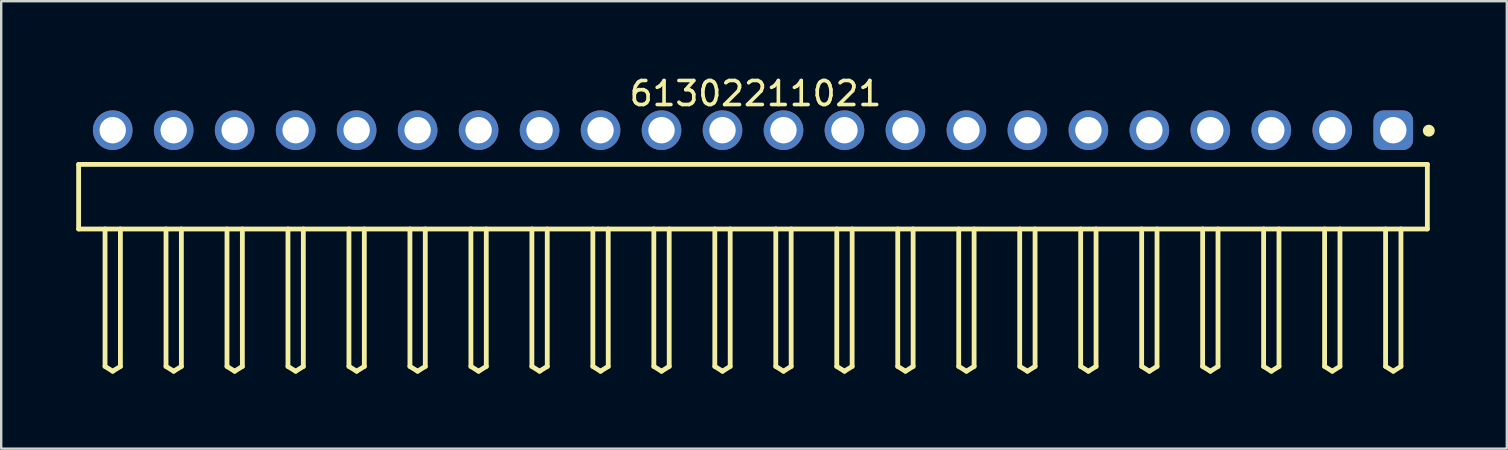
<source format=kicad_pcb>
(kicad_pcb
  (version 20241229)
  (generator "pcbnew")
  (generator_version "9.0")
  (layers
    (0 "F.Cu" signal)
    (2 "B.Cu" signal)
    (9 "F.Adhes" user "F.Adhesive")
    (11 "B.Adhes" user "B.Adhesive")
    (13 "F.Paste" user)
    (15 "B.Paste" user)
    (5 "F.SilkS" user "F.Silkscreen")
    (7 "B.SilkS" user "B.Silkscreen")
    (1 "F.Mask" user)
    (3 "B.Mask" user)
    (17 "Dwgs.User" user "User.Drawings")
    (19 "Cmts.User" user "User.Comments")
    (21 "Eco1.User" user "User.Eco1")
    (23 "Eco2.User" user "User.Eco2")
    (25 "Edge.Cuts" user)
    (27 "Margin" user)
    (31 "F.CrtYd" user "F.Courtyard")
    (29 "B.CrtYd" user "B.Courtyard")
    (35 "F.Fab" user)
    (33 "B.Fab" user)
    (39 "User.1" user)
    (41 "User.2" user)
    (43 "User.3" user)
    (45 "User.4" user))
  (footprint "61302211021"
    (layer "F.Cu")
    (at 28.315 5.143)
    (property "Reference" "61302211021" (at 0.105 -4.295 0) (layer "F.SilkS") (effects (font (size 1 1) (thickness 0.15))))
    (fp_line (start -28.09 -1.345) (end 28.09 -1.345) (stroke (width 0.2) (type solid)) (layer "F.SilkS"))
    (fp_line (start -28.09 1.345) (end -28.09 -1.345) (stroke (width 0.2) (type solid)) (layer "F.SilkS"))
    (fp_line (start -28.09 1.345) (end 28.09 1.345) (stroke (width 0.2) (type solid)) (layer "F.SilkS"))
    (fp_line (start -26.99 7.07) (end -26.99 1.345) (stroke (width 0.2) (type solid)) (layer "F.SilkS"))
    (fp_line (start -26.99 7.07) (end -26.67 7.27) (stroke (width 0.2) (type solid)) (layer "F.SilkS"))
    (fp_line (start -26.67 7.27) (end -26.35 7.07) (stroke (width 0.2) (type solid)) (layer "F.SilkS"))
    (fp_line (start -26.35 7.07) (end -26.35 1.345) (stroke (width 0.2) (type solid)) (layer "F.SilkS"))
    (fp_line (start -24.45 7.07) (end -24.45 1.345) (stroke (width 0.2) (type solid)) (layer "F.SilkS"))
    (fp_line (start -24.45 7.07) (end -24.13 7.27) (stroke (width 0.2) (type solid)) (layer "F.SilkS"))
    (fp_line (start -24.13 7.27) (end -23.81 7.07) (stroke (width 0.2) (type solid)) (layer "F.SilkS"))
    (fp_line (start -23.81 7.07) (end -23.81 1.345) (stroke (width 0.2) (type solid)) (layer "F.SilkS"))
    (fp_line (start -21.91 7.07) (end -21.91 1.345) (stroke (width 0.2) (type solid)) (layer "F.SilkS"))
    (fp_line (start -21.91 7.07) (end -21.59 7.27) (stroke (width 0.2) (type solid)) (layer "F.SilkS"))
    (fp_line (start -21.59 7.27) (end -21.27 7.07) (stroke (width 0.2) (type solid)) (layer "F.SilkS"))
    (fp_line (start -21.27 7.07) (end -21.27 1.345) (stroke (width 0.2) (type solid)) (layer "F.SilkS"))
    (fp_line (start -19.37 7.07) (end -19.37 1.345) (stroke (width 0.2) (type solid)) (layer "F.SilkS"))
    (fp_line (start -19.37 7.07) (end -19.05 7.27) (stroke (width 0.2) (type solid)) (layer "F.SilkS"))
    (fp_line (start -19.05 7.27) (end -18.73 7.07) (stroke (width 0.2) (type solid)) (layer "F.SilkS"))
    (fp_line (start -18.73 7.07) (end -18.73 1.345) (stroke (width 0.2) (type solid)) (layer "F.SilkS"))
    (fp_line (start -16.83 7.07) (end -16.83 1.345) (stroke (width 0.2) (type solid)) (layer "F.SilkS"))
    (fp_line (start -16.83 7.07) (end -16.51 7.27) (stroke (width 0.2) (type solid)) (layer "F.SilkS"))
    (fp_line (start -16.51 7.27) (end -16.19 7.07) (stroke (width 0.2) (type solid)) (layer "F.SilkS"))
    (fp_line (start -16.19 7.07) (end -16.19 1.345) (stroke (width 0.2) (type solid)) (layer "F.SilkS"))
    (fp_line (start -14.29 7.07) (end -14.29 1.345) (stroke (width 0.2) (type solid)) (layer "F.SilkS"))
    (fp_line (start -14.29 7.07) (end -13.97 7.27) (stroke (width 0.2) (type solid)) (layer "F.SilkS"))
    (fp_line (start -13.97 7.27) (end -13.65 7.07) (stroke (width 0.2) (type solid)) (layer "F.SilkS"))
    (fp_line (start -13.65 7.07) (end -13.65 1.345) (stroke (width 0.2) (type solid)) (layer "F.SilkS"))
    (fp_line (start -11.75 7.07) (end -11.75 1.345) (stroke (width 0.2) (type solid)) (layer "F.SilkS"))
    (fp_line (start -11.75 7.07) (end -11.43 7.27) (stroke (width 0.2) (type solid)) (layer "F.SilkS"))
    (fp_line (start -11.43 7.27) (end -11.11 7.07) (stroke (width 0.2) (type solid)) (layer "F.SilkS"))
    (fp_line (start -11.11 7.07) (end -11.11 1.345) (stroke (width 0.2) (type solid)) (layer "F.SilkS"))
    (fp_line (start -9.21 7.07) (end -9.21 1.345) (stroke (width 0.2) (type solid)) (layer "F.SilkS"))
    (fp_line (start -9.21 7.07) (end -8.89 7.27) (stroke (width 0.2) (type solid)) (layer "F.SilkS"))
    (fp_line (start -8.89 7.27) (end -8.57 7.07) (stroke (width 0.2) (type solid)) (layer "F.SilkS"))
    (fp_line (start -8.57 7.07) (end -8.57 1.345) (stroke (width 0.2) (type solid)) (layer "F.SilkS"))
    (fp_line (start -6.67 7.07) (end -6.67 1.345) (stroke (width 0.2) (type solid)) (layer "F.SilkS"))
    (fp_line (start -6.67 7.07) (end -6.35 7.27) (stroke (width 0.2) (type solid)) (layer "F.SilkS"))
    (fp_line (start -6.35 7.27) (end -6.03 7.07) (stroke (width 0.2) (type solid)) (layer "F.SilkS"))
    (fp_line (start -6.03 7.07) (end -6.03 1.345) (stroke (width 0.2) (type solid)) (layer "F.SilkS"))
    (fp_line (start -4.13 7.07) (end -4.13 1.345) (stroke (width 0.2) (type solid)) (layer "F.SilkS"))
    (fp_line (start -4.13 7.07) (end -3.81 7.27) (stroke (width 0.2) (type solid)) (layer "F.SilkS"))
    (fp_line (start -3.81 7.27) (end -3.49 7.07) (stroke (width 0.2) (type solid)) (layer "F.SilkS"))
    (fp_line (start -3.49 7.07) (end -3.49 1.345) (stroke (width 0.2) (type solid)) (layer "F.SilkS"))
    (fp_line (start -1.59 7.07) (end -1.59 1.345) (stroke (width 0.2) (type solid)) (layer "F.SilkS"))
    (fp_line (start -1.59 7.07) (end -1.27 7.27) (stroke (width 0.2) (type solid)) (layer "F.SilkS"))
    (fp_line (start -1.27 7.27) (end -0.95 7.07) (stroke (width 0.2) (type solid)) (layer "F.SilkS"))
    (fp_line (start -0.95 7.07) (end -0.95 1.345) (stroke (width 0.2) (type solid)) (layer "F.SilkS"))
    (fp_line (start 0.95 7.07) (end 0.95 1.345) (stroke (width 0.2) (type solid)) (layer "F.SilkS"))
    (fp_line (start 0.95 7.07) (end 1.27 7.27) (stroke (width 0.2) (type solid)) (layer "F.SilkS"))
    (fp_line (start 1.27 7.27) (end 1.59 7.07) (stroke (width 0.2) (type solid)) (layer "F.SilkS"))
    (fp_line (start 1.59 7.07) (end 1.59 1.345) (stroke (width 0.2) (type solid)) (layer "F.SilkS"))
    (fp_line (start 3.49 7.07) (end 3.49 1.345) (stroke (width 0.2) (type solid)) (layer "F.SilkS"))
    (fp_line (start 3.49 7.07) (end 3.81 7.27) (stroke (width 0.2) (type solid)) (layer "F.SilkS"))
    (fp_line (start 3.81 7.27) (end 4.13 7.07) (stroke (width 0.2) (type solid)) (layer "F.SilkS"))
    (fp_line (start 4.13 7.07) (end 4.13 1.345) (stroke (width 0.2) (type solid)) (layer "F.SilkS"))
    (fp_line (start 6.03 7.07) (end 6.03 1.345) (stroke (width 0.2) (type solid)) (layer "F.SilkS"))
    (fp_line (start 6.03 7.07) (end 6.35 7.27) (stroke (width 0.2) (type solid)) (layer "F.SilkS"))
    (fp_line (start 6.35 7.27) (end 6.67 7.07) (stroke (width 0.2) (type solid)) (layer "F.SilkS"))
    (fp_line (start 6.67 7.07) (end 6.67 1.345) (stroke (width 0.2) (type solid)) (layer "F.SilkS"))
    (fp_line (start 8.57 7.07) (end 8.57 1.345) (stroke (width 0.2) (type solid)) (layer "F.SilkS"))
    (fp_line (start 8.57 7.07) (end 8.89 7.27) (stroke (width 0.2) (type solid)) (layer "F.SilkS"))
    (fp_line (start 8.89 7.27) (end 9.21 7.07) (stroke (width 0.2) (type solid)) (layer "F.SilkS"))
    (fp_line (start 9.21 7.07) (end 9.21 1.345) (stroke (width 0.2) (type solid)) (layer "F.SilkS"))
    (fp_line (start 11.11 7.07) (end 11.11 1.345) (stroke (width 0.2) (type solid)) (layer "F.SilkS"))
    (fp_line (start 11.11 7.07) (end 11.43 7.27) (stroke (width 0.2) (type solid)) (layer "F.SilkS"))
    (fp_line (start 11.43 7.27) (end 11.75 7.07) (stroke (width 0.2) (type solid)) (layer "F.SilkS"))
    (fp_line (start 11.75 7.07) (end 11.75 1.345) (stroke (width 0.2) (type solid)) (layer "F.SilkS"))
    (fp_line (start 13.65 7.07) (end 13.65 1.345) (stroke (width 0.2) (type solid)) (layer "F.SilkS"))
    (fp_line (start 13.65 7.07) (end 13.97 7.27) (stroke (width 0.2) (type solid)) (layer "F.SilkS"))
    (fp_line (start 13.97 7.27) (end 14.29 7.07) (stroke (width 0.2) (type solid)) (layer "F.SilkS"))
    (fp_line (start 14.29 7.07) (end 14.29 1.345) (stroke (width 0.2) (type solid)) (layer "F.SilkS"))
    (fp_line (start 16.19 7.07) (end 16.19 1.345) (stroke (width 0.2) (type solid)) (layer "F.SilkS"))
    (fp_line (start 16.19 7.07) (end 16.51 7.27) (stroke (width 0.2) (type solid)) (layer "F.SilkS"))
    (fp_line (start 16.51 7.27) (end 16.83 7.07) (stroke (width 0.2) (type solid)) (layer "F.SilkS"))
    (fp_line (start 16.83 7.07) (end 16.83 1.345) (stroke (width 0.2) (type solid)) (layer "F.SilkS"))
    (fp_line (start 18.73 7.07) (end 18.73 1.345) (stroke (width 0.2) (type solid)) (layer "F.SilkS"))
    (fp_line (start 18.73 7.07) (end 19.05 7.27) (stroke (width 0.2) (type solid)) (layer "F.SilkS"))
    (fp_line (start 19.05 7.27) (end 19.37 7.07) (stroke (width 0.2) (type solid)) (layer "F.SilkS"))
    (fp_line (start 19.37 7.07) (end 19.37 1.345) (stroke (width 0.2) (type solid)) (layer "F.SilkS"))
    (fp_line (start 21.27 7.07) (end 21.27 1.345) (stroke (width 0.2) (type solid)) (layer "F.SilkS"))
    (fp_line (start 21.27 7.07) (end 21.59 7.27) (stroke (width 0.2) (type solid)) (layer "F.SilkS"))
    (fp_line (start 21.59 7.27) (end 21.91 7.07) (stroke (width 0.2) (type solid)) (layer "F.SilkS"))
    (fp_line (start 21.91 7.07) (end 21.91 1.345) (stroke (width 0.2) (type solid)) (layer "F.SilkS"))
    (fp_line (start 23.81 7.07) (end 23.81 1.345) (stroke (width 0.2) (type solid)) (layer "F.SilkS"))
    (fp_line (start 23.81 7.07) (end 24.13 7.27) (stroke (width 0.2) (type solid)) (layer "F.SilkS"))
    (fp_line (start 24.13 7.27) (end 24.45 7.07) (stroke (width 0.2) (type solid)) (layer "F.SilkS"))
    (fp_line (start 24.45 7.07) (end 24.45 1.345) (stroke (width 0.2) (type solid)) (layer "F.SilkS"))
    (fp_line (start 26.35 7.07) (end 26.35 1.345) (stroke (width 0.2) (type solid)) (layer "F.SilkS"))
    (fp_line (start 26.35 7.07) (end 26.67 7.27) (stroke (width 0.2) (type solid)) (layer "F.SilkS"))
    (fp_line (start 26.67 7.27) (end 26.99 7.07) (stroke (width 0.2) (type solid)) (layer "F.SilkS"))
    (fp_line (start 26.99 7.07) (end 26.99 1.345) (stroke (width 0.2) (type solid)) (layer "F.SilkS"))
    (fp_line (start 28.09 1.345) (end 28.09 -1.345) (stroke (width 0.2) (type solid)) (layer "F.SilkS"))
    (fp_circle (center 28.15 -2.75) (end 28.15 -2.875) (stroke (width 0.25) (type solid)) (fill no) (layer "F.SilkS"))
    (fp_line (start -28.29 -3.795) (end 28.29 -3.795) (stroke (width 0.05) (type solid)) (layer "Eco2.User"))
    (fp_line (start -28.29 7.47) (end -28.29 -3.795) (stroke (width 0.05) (type solid)) (layer "Eco2.User"))
    (fp_line (start -28.29 7.47) (end 28.29 7.47) (stroke (width 0.05) (type solid)) (layer "Eco2.User"))
    (fp_line (start -27.94 -1.27) (end 27.94 -1.27) (stroke (width 0.1) (type solid)) (layer "Eco2.User"))
    (fp_line (start -27.94 1.27) (end -27.94 -1.27) (stroke (width 0.1) (type solid)) (layer "Eco2.User"))
    (fp_line (start -27.94 1.27) (end 27.94 1.27) (stroke (width 0.1) (type solid)) (layer "Eco2.User"))
    (fp_line (start -26.99 -3.09) (end -26.35 -3.09) (stroke (width 0.1) (type solid)) (layer "Eco2.User"))
    (fp_line (start -26.99 -1.27) (end -26.99 -3.09) (stroke (width 0.1) (type solid)) (layer "Eco2.User"))
    (fp_line (start -26.99 7.07) (end -26.99 1.27) (stroke (width 0.1) (type solid)) (layer "Eco2.User"))
    (fp_line (start -26.99 7.07) (end -26.67 7.27) (stroke (width 0.1) (type solid)) (layer "Eco2.User"))
    (fp_line (start -26.67 7.27) (end -26.35 7.07) (stroke (width 0.1) (type solid)) (layer "Eco2.User"))
    (fp_line (start -26.35 -1.27) (end -26.35 -3.09) (stroke (width 0.1) (type solid)) (layer "Eco2.User"))
    (fp_line (start -26.35 7.07) (end -26.35 1.27) (stroke (width 0.1) (type solid)) (layer "Eco2.User"))
    (fp_line (start -24.45 -3.09) (end -23.81 -3.09) (stroke (width 0.1) (type solid)) (layer "Eco2.User"))
    (fp_line (start -24.45 -1.27) (end -24.45 -3.09) (stroke (width 0.1) (type solid)) (layer "Eco2.User"))
    (fp_line (start -24.45 7.07) (end -24.45 1.27) (stroke (width 0.1) (type solid)) (layer "Eco2.User"))
    (fp_line (start -24.45 7.07) (end -24.13 7.27) (stroke (width 0.1) (type solid)) (layer "Eco2.User"))
    (fp_line (start -24.13 7.27) (end -23.81 7.07) (stroke (width 0.1) (type solid)) (layer "Eco2.User"))
    (fp_line (start -23.81 -1.27) (end -23.81 -3.09) (stroke (width 0.1) (type solid)) (layer "Eco2.User"))
    (fp_line (start -23.81 7.07) (end -23.81 1.27) (stroke (width 0.1) (type solid)) (layer "Eco2.User"))
    (fp_line (start -21.91 -3.09) (end -21.27 -3.09) (stroke (width 0.1) (type solid)) (layer "Eco2.User"))
    (fp_line (start -21.91 -1.27) (end -21.91 -3.09) (stroke (width 0.1) (type solid)) (layer "Eco2.User"))
    (fp_line (start -21.91 7.07) (end -21.91 1.27) (stroke (width 0.1) (type solid)) (layer "Eco2.User"))
    (fp_line (start -21.91 7.07) (end -21.59 7.27) (stroke (width 0.1) (type solid)) (layer "Eco2.User"))
    (fp_line (start -21.59 7.27) (end -21.27 7.07) (stroke (width 0.1) (type solid)) (layer "Eco2.User"))
    (fp_line (start -21.27 -1.27) (end -21.27 -3.09) (stroke (width 0.1) (type solid)) (layer "Eco2.User"))
    (fp_line (start -21.27 7.07) (end -21.27 1.27) (stroke (width 0.1) (type solid)) (layer "Eco2.User"))
    (fp_line (start -19.37 -3.09) (end -18.73 -3.09) (stroke (width 0.1) (type solid)) (layer "Eco2.User"))
    (fp_line (start -19.37 -1.27) (end -19.37 -3.09) (stroke (width 0.1) (type solid)) (layer "Eco2.User"))
    (fp_line (start -19.37 7.07) (end -19.37 1.27) (stroke (width 0.1) (type solid)) (layer "Eco2.User"))
    (fp_line (start -19.37 7.07) (end -19.05 7.27) (stroke (width 0.1) (type solid)) (layer "Eco2.User"))
    (fp_line (start -19.05 7.27) (end -18.73 7.07) (stroke (width 0.1) (type solid)) (layer "Eco2.User"))
    (fp_line (start -18.73 -1.27) (end -18.73 -3.09) (stroke (width 0.1) (type solid)) (layer "Eco2.User"))
    (fp_line (start -18.73 7.07) (end -18.73 1.27) (stroke (width 0.1) (type solid)) (layer "Eco2.User"))
    (fp_line (start -16.83 -3.09) (end -16.19 -3.09) (stroke (width 0.1) (type solid)) (layer "Eco2.User"))
    (fp_line (start -16.83 -1.27) (end -16.83 -3.09) (stroke (width 0.1) (type solid)) (layer "Eco2.User"))
    (fp_line (start -16.83 7.07) (end -16.83 1.27) (stroke (width 0.1) (type solid)) (layer "Eco2.User"))
    (fp_line (start -16.83 7.07) (end -16.51 7.27) (stroke (width 0.1) (type solid)) (layer "Eco2.User"))
    (fp_line (start -16.51 7.27) (end -16.19 7.07) (stroke (width 0.1) (type solid)) (layer "Eco2.User"))
    (fp_line (start -16.19 -1.27) (end -16.19 -3.09) (stroke (width 0.1) (type solid)) (layer "Eco2.User"))
    (fp_line (start -16.19 7.07) (end -16.19 1.27) (stroke (width 0.1) (type solid)) (layer "Eco2.User"))
    (fp_line (start -14.29 -3.09) (end -13.65 -3.09) (stroke (width 0.1) (type solid)) (layer "Eco2.User"))
    (fp_line (start -14.29 -1.27) (end -14.29 -3.09) (stroke (width 0.1) (type solid)) (layer "Eco2.User"))
    (fp_line (start -14.29 7.07) (end -14.29 1.27) (stroke (width 0.1) (type solid)) (layer "Eco2.User"))
    (fp_line (start -14.29 7.07) (end -13.97 7.27) (stroke (width 0.1) (type solid)) (layer "Eco2.User"))
    (fp_line (start -13.97 7.27) (end -13.65 7.07) (stroke (width 0.1) (type solid)) (layer "Eco2.User"))
    (fp_line (start -13.65 -1.27) (end -13.65 -3.09) (stroke (width 0.1) (type solid)) (layer "Eco2.User"))
    (fp_line (start -13.65 7.07) (end -13.65 1.27) (stroke (width 0.1) (type solid)) (layer "Eco2.User"))
    (fp_line (start -11.75 -3.09) (end -11.11 -3.09) (stroke (width 0.1) (type solid)) (layer "Eco2.User"))
    (fp_line (start -11.75 -1.27) (end -11.75 -3.09) (stroke (width 0.1) (type solid)) (layer "Eco2.User"))
    (fp_line (start -11.75 7.07) (end -11.75 1.27) (stroke (width 0.1) (type solid)) (layer "Eco2.User"))
    (fp_line (start -11.75 7.07) (end -11.43 7.27) (stroke (width 0.1) (type solid)) (layer "Eco2.User"))
    (fp_line (start -11.43 7.27) (end -11.11 7.07) (stroke (width 0.1) (type solid)) (layer "Eco2.User"))
    (fp_line (start -11.11 -1.27) (end -11.11 -3.09) (stroke (width 0.1) (type solid)) (layer "Eco2.User"))
    (fp_line (start -11.11 7.07) (end -11.11 1.27) (stroke (width 0.1) (type solid)) (layer "Eco2.User"))
    (fp_line (start -9.21 -3.09) (end -8.57 -3.09) (stroke (width 0.1) (type solid)) (layer "Eco2.User"))
    (fp_line (start -9.21 -1.27) (end -9.21 -3.09) (stroke (width 0.1) (type solid)) (layer "Eco2.User"))
    (fp_line (start -9.21 7.07) (end -9.21 1.27) (stroke (width 0.1) (type solid)) (layer "Eco2.User"))
    (fp_line (start -9.21 7.07) (end -8.89 7.27) (stroke (width 0.1) (type solid)) (layer "Eco2.User"))
    (fp_line (start -8.89 7.27) (end -8.57 7.07) (stroke (width 0.1) (type solid)) (layer "Eco2.User"))
    (fp_line (start -8.57 -1.27) (end -8.57 -3.09) (stroke (width 0.1) (type solid)) (layer "Eco2.User"))
    (fp_line (start -8.57 7.07) (end -8.57 1.27) (stroke (width 0.1) (type solid)) (layer "Eco2.User"))
    (fp_line (start -6.67 -3.09) (end -6.03 -3.09) (stroke (width 0.1) (type solid)) (layer "Eco2.User"))
    (fp_line (start -6.67 -1.27) (end -6.67 -3.09) (stroke (width 0.1) (type solid)) (layer "Eco2.User"))
    (fp_line (start -6.67 7.07) (end -6.67 1.27) (stroke (width 0.1) (type solid)) (layer "Eco2.User"))
    (fp_line (start -6.67 7.07) (end -6.35 7.27) (stroke (width 0.1) (type solid)) (layer "Eco2.User"))
    (fp_line (start -6.35 7.27) (end -6.03 7.07) (stroke (width 0.1) (type solid)) (layer "Eco2.User"))
    (fp_line (start -6.03 -1.27) (end -6.03 -3.09) (stroke (width 0.1) (type solid)) (layer "Eco2.User"))
    (fp_line (start -6.03 7.07) (end -6.03 1.27) (stroke (width 0.1) (type solid)) (layer "Eco2.User"))
    (fp_line (start -4.13 -3.09) (end -3.49 -3.09) (stroke (width 0.1) (type solid)) (layer "Eco2.User"))
    (fp_line (start -4.13 -1.27) (end -4.13 -3.09) (stroke (width 0.1) (type solid)) (layer "Eco2.User"))
    (fp_line (start -4.13 7.07) (end -4.13 1.27) (stroke (width 0.1) (type solid)) (layer "Eco2.User"))
    (fp_line (start -4.13 7.07) (end -3.81 7.27) (stroke (width 0.1) (type solid)) (layer "Eco2.User"))
    (fp_line (start -3.81 7.27) (end -3.49 7.07) (stroke (width 0.1) (type solid)) (layer "Eco2.User"))
    (fp_line (start -3.49 -1.27) (end -3.49 -3.09) (stroke (width 0.1) (type solid)) (layer "Eco2.User"))
    (fp_line (start -3.49 7.07) (end -3.49 1.27) (stroke (width 0.1) (type solid)) (layer "Eco2.User"))
    (fp_line (start -1.59 -3.09) (end -0.95 -3.09) (stroke (width 0.1) (type solid)) (layer "Eco2.User"))
    (fp_line (start -1.59 -1.27) (end -1.59 -3.09) (stroke (width 0.1) (type solid)) (layer "Eco2.User"))
    (fp_line (start -1.59 7.07) (end -1.59 1.27) (stroke (width 0.1) (type solid)) (layer "Eco2.User"))
    (fp_line (start -1.59 7.07) (end -1.27 7.27) (stroke (width 0.1) (type solid)) (layer "Eco2.User"))
    (fp_line (start -1.27 7.27) (end -0.95 7.07) (stroke (width 0.1) (type solid)) (layer "Eco2.User"))
    (fp_line (start -0.95 -1.27) (end -0.95 -3.09) (stroke (width 0.1) (type solid)) (layer "Eco2.User"))
    (fp_line (start -0.95 7.07) (end -0.95 1.27) (stroke (width 0.1) (type solid)) (layer "Eco2.User"))
    (fp_line (start -0.5 0) (end 0.5 0) (stroke (width 0.05) (type solid)) (layer "Eco2.User"))
    (fp_line (start 0 0.5) (end 0 -0.5) (stroke (width 0.05) (type solid)) (layer "Eco2.User"))
    (fp_line (start 0.95 -3.09) (end 1.59 -3.09) (stroke (width 0.1) (type solid)) (layer "Eco2.User"))
    (fp_line (start 0.95 -1.27) (end 0.95 -3.09) (stroke (width 0.1) (type solid)) (layer "Eco2.User"))
    (fp_line (start 0.95 7.07) (end 0.95 1.27) (stroke (width 0.1) (type solid)) (layer "Eco2.User"))
    (fp_line (start 0.95 7.07) (end 1.27 7.27) (stroke (width 0.1) (type solid)) (layer "Eco2.User"))
    (fp_line (start 1.27 7.27) (end 1.59 7.07) (stroke (width 0.1) (type solid)) (layer "Eco2.User"))
    (fp_line (start 1.59 -1.27) (end 1.59 -3.09) (stroke (width 0.1) (type solid)) (layer "Eco2.User"))
    (fp_line (start 1.59 7.07) (end 1.59 1.27) (stroke (width 0.1) (type solid)) (layer "Eco2.User"))
    (fp_line (start 3.49 -3.09) (end 4.13 -3.09) (stroke (width 0.1) (type solid)) (layer "Eco2.User"))
    (fp_line (start 3.49 -1.27) (end 3.49 -3.09) (stroke (width 0.1) (type solid)) (layer "Eco2.User"))
    (fp_line (start 3.49 7.07) (end 3.49 1.27) (stroke (width 0.1) (type solid)) (layer "Eco2.User"))
    (fp_line (start 3.49 7.07) (end 3.81 7.27) (stroke (width 0.1) (type solid)) (layer "Eco2.User"))
    (fp_line (start 3.81 7.27) (end 4.13 7.07) (stroke (width 0.1) (type solid)) (layer "Eco2.User"))
    (fp_line (start 4.13 -1.27) (end 4.13 -3.09) (stroke (width 0.1) (type solid)) (layer "Eco2.User"))
    (fp_line (start 4.13 7.07) (end 4.13 1.27) (stroke (width 0.1) (type solid)) (layer "Eco2.User"))
    (fp_line (start 6.03 -3.09) (end 6.67 -3.09) (stroke (width 0.1) (type solid)) (layer "Eco2.User"))
    (fp_line (start 6.03 -1.27) (end 6.03 -3.09) (stroke (width 0.1) (type solid)) (layer "Eco2.User"))
    (fp_line (start 6.03 7.07) (end 6.03 1.27) (stroke (width 0.1) (type solid)) (layer "Eco2.User"))
    (fp_line (start 6.03 7.07) (end 6.35 7.27) (stroke (width 0.1) (type solid)) (layer "Eco2.User"))
    (fp_line (start 6.35 7.27) (end 6.67 7.07) (stroke (width 0.1) (type solid)) (layer "Eco2.User"))
    (fp_line (start 6.67 -1.27) (end 6.67 -3.09) (stroke (width 0.1) (type solid)) (layer "Eco2.User"))
    (fp_line (start 6.67 7.07) (end 6.67 1.27) (stroke (width 0.1) (type solid)) (layer "Eco2.User"))
    (fp_line (start 8.57 -3.09) (end 9.21 -3.09) (stroke (width 0.1) (type solid)) (layer "Eco2.User"))
    (fp_line (start 8.57 -1.27) (end 8.57 -3.09) (stroke (width 0.1) (type solid)) (layer "Eco2.User"))
    (fp_line (start 8.57 7.07) (end 8.57 1.27) (stroke (width 0.1) (type solid)) (layer "Eco2.User"))
    (fp_line (start 8.57 7.07) (end 8.89 7.27) (stroke (width 0.1) (type solid)) (layer "Eco2.User"))
    (fp_line (start 8.89 7.27) (end 9.21 7.07) (stroke (width 0.1) (type solid)) (layer "Eco2.User"))
    (fp_line (start 9.21 -1.27) (end 9.21 -3.09) (stroke (width 0.1) (type solid)) (layer "Eco2.User"))
    (fp_line (start 9.21 7.07) (end 9.21 1.27) (stroke (width 0.1) (type solid)) (layer "Eco2.User"))
    (fp_line (start 11.11 -3.09) (end 11.75 -3.09) (stroke (width 0.1) (type solid)) (layer "Eco2.User"))
    (fp_line (start 11.11 -1.27) (end 11.11 -3.09) (stroke (width 0.1) (type solid)) (layer "Eco2.User"))
    (fp_line (start 11.11 7.07) (end 11.11 1.27) (stroke (width 0.1) (type solid)) (layer "Eco2.User"))
    (fp_line (start 11.11 7.07) (end 11.43 7.27) (stroke (width 0.1) (type solid)) (layer "Eco2.User"))
    (fp_line (start 11.43 7.27) (end 11.75 7.07) (stroke (width 0.1) (type solid)) (layer "Eco2.User"))
    (fp_line (start 11.75 -1.27) (end 11.75 -3.09) (stroke (width 0.1) (type solid)) (layer "Eco2.User"))
    (fp_line (start 11.75 7.07) (end 11.75 1.27) (stroke (width 0.1) (type solid)) (layer "Eco2.User"))
    (fp_line (start 13.65 -3.09) (end 14.29 -3.09) (stroke (width 0.1) (type solid)) (layer "Eco2.User"))
    (fp_line (start 13.65 -1.27) (end 13.65 -3.09) (stroke (width 0.1) (type solid)) (layer "Eco2.User"))
    (fp_line (start 13.65 7.07) (end 13.65 1.27) (stroke (width 0.1) (type solid)) (layer "Eco2.User"))
    (fp_line (start 13.65 7.07) (end 13.97 7.27) (stroke (width 0.1) (type solid)) (layer "Eco2.User"))
    (fp_line (start 13.97 7.27) (end 14.29 7.07) (stroke (width 0.1) (type solid)) (layer "Eco2.User"))
    (fp_line (start 14.29 -1.27) (end 14.29 -3.09) (stroke (width 0.1) (type solid)) (layer "Eco2.User"))
    (fp_line (start 14.29 7.07) (end 14.29 1.27) (stroke (width 0.1) (type solid)) (layer "Eco2.User"))
    (fp_line (start 16.19 -3.09) (end 16.83 -3.09) (stroke (width 0.1) (type solid)) (layer "Eco2.User"))
    (fp_line (start 16.19 -1.27) (end 16.19 -3.09) (stroke (width 0.1) (type solid)) (layer "Eco2.User"))
    (fp_line (start 16.19 7.07) (end 16.19 1.27) (stroke (width 0.1) (type solid)) (layer "Eco2.User"))
    (fp_line (start 16.19 7.07) (end 16.51 7.27) (stroke (width 0.1) (type solid)) (layer "Eco2.User"))
    (fp_line (start 16.51 7.27) (end 16.83 7.07) (stroke (width 0.1) (type solid)) (layer "Eco2.User"))
    (fp_line (start 16.83 -1.27) (end 16.83 -3.09) (stroke (width 0.1) (type solid)) (layer "Eco2.User"))
    (fp_line (start 16.83 7.07) (end 16.83 1.27) (stroke (width 0.1) (type solid)) (layer "Eco2.User"))
    (fp_line (start 18.73 -3.09) (end 19.37 -3.09) (stroke (width 0.1) (type solid)) (layer "Eco2.User"))
    (fp_line (start 18.73 -1.27) (end 18.73 -3.09) (stroke (width 0.1) (type solid)) (layer "Eco2.User"))
    (fp_line (start 18.73 7.07) (end 18.73 1.27) (stroke (width 0.1) (type solid)) (layer "Eco2.User"))
    (fp_line (start 18.73 7.07) (end 19.05 7.27) (stroke (width 0.1) (type solid)) (layer "Eco2.User"))
    (fp_line (start 19.05 7.27) (end 19.37 7.07) (stroke (width 0.1) (type solid)) (layer "Eco2.User"))
    (fp_line (start 19.37 -1.27) (end 19.37 -3.09) (stroke (width 0.1) (type solid)) (layer "Eco2.User"))
    (fp_line (start 19.37 7.07) (end 19.37 1.27) (stroke (width 0.1) (type solid)) (layer "Eco2.User"))
    (fp_line (start 21.27 -3.09) (end 21.91 -3.09) (stroke (width 0.1) (type solid)) (layer "Eco2.User"))
    (fp_line (start 21.27 -1.27) (end 21.27 -3.09) (stroke (width 0.1) (type solid)) (layer "Eco2.User"))
    (fp_line (start 21.27 7.07) (end 21.27 1.27) (stroke (width 0.1) (type solid)) (layer "Eco2.User"))
    (fp_line (start 21.27 7.07) (end 21.59 7.27) (stroke (width 0.1) (type solid)) (layer "Eco2.User"))
    (fp_line (start 21.59 7.27) (end 21.91 7.07) (stroke (width 0.1) (type solid)) (layer "Eco2.User"))
    (fp_line (start 21.91 -1.27) (end 21.91 -3.09) (stroke (width 0.1) (type solid)) (layer "Eco2.User"))
    (fp_line (start 21.91 7.07) (end 21.91 1.27) (stroke (width 0.1) (type solid)) (layer "Eco2.User"))
    (fp_line (start 23.81 -3.09) (end 24.45 -3.09) (stroke (width 0.1) (type solid)) (layer "Eco2.User"))
    (fp_line (start 23.81 -1.27) (end 23.81 -3.09) (stroke (width 0.1) (type solid)) (layer "Eco2.User"))
    (fp_line (start 23.81 7.07) (end 23.81 1.27) (stroke (width 0.1) (type solid)) (layer "Eco2.User"))
    (fp_line (start 23.81 7.07) (end 24.13 7.27) (stroke (width 0.1) (type solid)) (layer "Eco2.User"))
    (fp_line (start 24.13 7.27) (end 24.45 7.07) (stroke (width 0.1) (type solid)) (layer "Eco2.User"))
    (fp_line (start 24.45 -1.27) (end 24.45 -3.09) (stroke (width 0.1) (type solid)) (layer "Eco2.User"))
    (fp_line (start 24.45 7.07) (end 24.45 1.27) (stroke (width 0.1) (type solid)) (layer "Eco2.User"))
    (fp_line (start 26.35 -3.09) (end 26.99 -3.09) (stroke (width 0.1) (type solid)) (layer "Eco2.User"))
    (fp_line (start 26.35 -1.27) (end 26.35 -3.09) (stroke (width 0.1) (type solid)) (layer "Eco2.User"))
    (fp_line (start 26.35 7.07) (end 26.35 1.27) (stroke (width 0.1) (type solid)) (layer "Eco2.User"))
    (fp_line (start 26.35 7.07) (end 26.67 7.27) (stroke (width 0.1) (type solid)) (layer "Eco2.User"))
    (fp_line (start 26.67 7.27) (end 26.99 7.07) (stroke (width 0.1) (type solid)) (layer "Eco2.User"))
    (fp_line (start 26.99 -1.27) (end 26.99 -3.09) (stroke (width 0.1) (type solid)) (layer "Eco2.User"))
    (fp_line (start 26.99 7.07) (end 26.99 1.27) (stroke (width 0.1) (type solid)) (layer "Eco2.User"))
    (fp_line (start 27.94 1.27) (end 27.94 -1.27) (stroke (width 0.1) (type solid)) (layer "Eco2.User"))
    (fp_line (start 28.29 7.47) (end 28.29 -3.795) (stroke (width 0.05) (type solid)) (layer "Eco2.User"))
    (fp_text user "${REFERENCE}" (at 0.15 -0.197 0) (unlocked yes) (layer "User.3") (effects (font (size 1.5 1.5) (thickness 0.15))))
    (pad "1" thru_hole roundrect (at 26.67 -2.77) (size 1.65 1.65) (drill 1.1) (layers "*.Cu" "*.Mask") (roundrect_rratio 0.25))
    (pad "2" thru_hole circle (at 24.13 -2.77) (size 1.65 1.65) (drill 1.1) (layers "*.Cu" "*.Mask"))
    (pad "3" thru_hole circle (at 21.59 -2.77) (size 1.65 1.65) (drill 1.1) (layers "*.Cu" "*.Mask"))
    (pad "4" thru_hole circle (at 19.05 -2.77) (size 1.65 1.65) (drill 1.1) (layers "*.Cu" "*.Mask"))
    (pad "5" thru_hole circle (at 16.51 -2.77) (size 1.65 1.65) (drill 1.1) (layers "*.Cu" "*.Mask"))
    (pad "6" thru_hole circle (at 13.97 -2.77) (size 1.65 1.65) (drill 1.1) (layers "*.Cu" "*.Mask"))
    (pad "7" thru_hole circle (at 11.43 -2.77) (size 1.65 1.65) (drill 1.1) (layers "*.Cu" "*.Mask"))
    (pad "8" thru_hole circle (at 8.89 -2.77) (size 1.65 1.65) (drill 1.1) (layers "*.Cu" "*.Mask"))
    (pad "9" thru_hole circle (at 6.35 -2.77) (size 1.65 1.65) (drill 1.1) (layers "*.Cu" "*.Mask"))
    (pad "10" thru_hole circle (at 3.81 -2.77) (size 1.65 1.65) (drill 1.1) (layers "*.Cu" "*.Mask"))
    (pad "11" thru_hole circle (at 1.27 -2.77) (size 1.65 1.65) (drill 1.1) (layers "*.Cu" "*.Mask"))
    (pad "12" thru_hole circle (at -1.27 -2.77) (size 1.65 1.65) (drill 1.1) (layers "*.Cu" "*.Mask"))
    (pad "13" thru_hole circle (at -3.81 -2.77) (size 1.65 1.65) (drill 1.1) (layers "*.Cu" "*.Mask"))
    (pad "14" thru_hole circle (at -6.35 -2.77) (size 1.65 1.65) (drill 1.1) (layers "*.Cu" "*.Mask"))
    (pad "15" thru_hole circle (at -8.89 -2.77) (size 1.65 1.65) (drill 1.1) (layers "*.Cu" "*.Mask"))
    (pad "16" thru_hole circle (at -11.43 -2.77) (size 1.65 1.65) (drill 1.1) (layers "*.Cu" "*.Mask"))
    (pad "17" thru_hole circle (at -13.97 -2.77) (size 1.65 1.65) (drill 1.1) (layers "*.Cu" "*.Mask"))
    (pad "18" thru_hole circle (at -16.51 -2.77) (size 1.65 1.65) (drill 1.1) (layers "*.Cu" "*.Mask"))
    (pad "19" thru_hole circle (at -19.05 -2.77) (size 1.65 1.65) (drill 1.1) (layers "*.Cu" "*.Mask"))
    (pad "20" thru_hole circle (at -21.59 -2.77) (size 1.65 1.65) (drill 1.1) (layers "*.Cu" "*.Mask"))
    (pad "21" thru_hole circle (at -24.13 -2.77) (size 1.65 1.65) (drill 1.1) (layers "*.Cu" "*.Mask"))
    (pad "22" thru_hole circle (at -26.67 -2.77) (size 1.65 1.65) (drill 1.1) (layers "*.Cu" "*.Mask")))
  (gr_rect
    (start -3 -3)
    (end 59.715 15.638)
    (stroke (width 0.1) (type default))
    (fill no)
    (layer "Edge.Cuts")))
</source>
